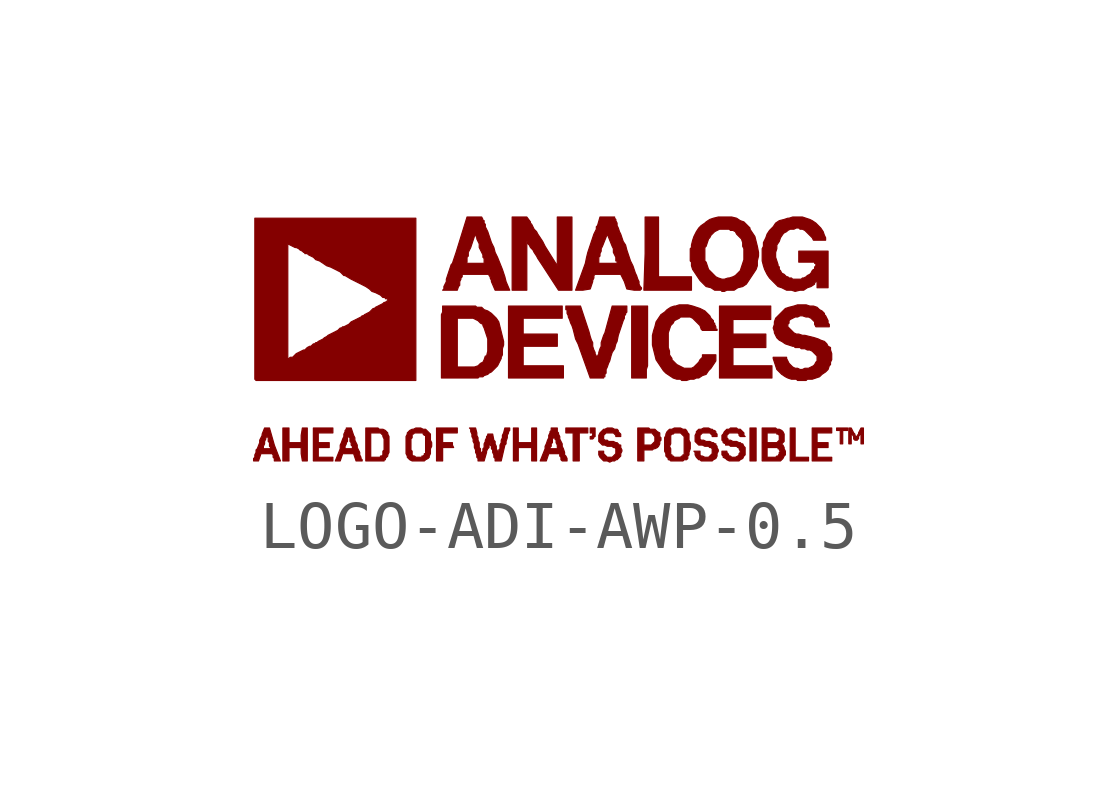
<source format=kicad_sym>
(kicad_symbol_lib
  (version 20201005)
  (generator kicad_symbol_editor)
  (symbol "LOGO-ADI-AWP-0.5"
    (pin_names
      (offset 1.016))
    (property "Reference" "#G"
      (at 0 -1.778 0)
      (effects (font (size 1.524 1.524)) hide))
    (symbol "LOGO-ADI-AWP-0.5_0_0"
      (polyline (pts (xy 4.14 -1.854) (xy 4.013 -1.854) (xy 4.013 -2.54) (xy 4.14 -2.54) (xy 4.14 -1.854)) (stroke (width 0.025)) (fill (type outline)))
      (polyline (pts (xy 1.854 -0.635) (xy 1.88 -0.559) (xy 1.88 0.686) (xy 1.549 0.686) (xy 1.549 -0.813) (xy 1.854 -0.813) (xy 1.854 -0.635)) (stroke (width 0.025)) (fill (type outline)))
      (polyline (pts (xy 5.232 -2.464) (xy 4.953 -2.464) (xy 4.953 -1.854) (xy 4.851 -1.854) (xy 4.851 -2.54) (xy 5.232 -2.54) (xy 5.232 -2.464)) (stroke (width 0.025)) (fill (type outline)))
      (polyline (pts (xy 2.794 1.295) (xy 2.108 1.295) (xy 2.108 2.54) (xy 1.829 2.54) (xy 1.829 1.778) (xy 1.803 1.016) (xy 2.794 1.016) (xy 2.794 1.295)) (stroke (width 0.025)) (fill (type outline)))
      (polyline (pts (xy 0.457 -1.956) (xy 0.635 -1.956) (xy 0.635 -1.854) (xy 0.178 -1.854) (xy 0.178 -1.956) (xy 0.33 -1.956) (xy 0.33 -2.54) (xy 0.457 -2.54) (xy 0.457 -1.956)) (stroke (width 0.025)) (fill (type outline)))
      (polyline (pts (xy 5.944 -1.905) (xy 6.045 -1.905) (xy 6.045 -1.854) (xy 5.817 -1.854) (xy 5.817 -1.905) (xy 5.893 -1.905) (xy 5.893 -2.184) (xy 5.944 -2.184) (xy 5.944 -1.905)) (stroke (width 0.025)) (fill (type outline)))
      (polyline (pts (xy -2.388 -2.261) (xy -2.159 -2.261) (xy -2.184 -2.21) (xy -2.184 -2.159) (xy -2.388 -2.159) (xy -2.388 -1.956) (xy -2.083 -1.956) (xy -2.083 -1.854) (xy -2.515 -1.854) (xy -2.515 -2.54) (xy -2.388 -2.54) (xy -2.388 -2.261)) (stroke (width 0.025)) (fill (type outline)))
      (polyline (pts (xy -4.674 -2.464) (xy -4.978 -2.464) (xy -4.978 -2.261) (xy -4.75 -2.261) (xy -4.75 -2.159) (xy -4.978 -2.159) (xy -4.978 -1.956) (xy -4.674 -1.956) (xy -4.674 -1.854) (xy -5.08 -1.854) (xy -5.08 -2.54) (xy -4.674 -2.54) (xy -4.674 -2.464)) (stroke (width 0.025)) (fill (type outline)))
      (polyline (pts (xy -0.813 -2.261) (xy -0.533 -2.261) (xy -0.533 -2.54) (xy -0.432 -2.54) (xy -0.432 -1.854) (xy -0.533 -1.854) (xy -0.533 -2.159) (xy -0.813 -2.159) (xy -0.813 -1.854) (xy -0.914 -1.854) (xy -0.914 -2.54) (xy -0.813 -2.54) (xy -0.813 -2.261)) (stroke (width 0.025)) (fill (type outline)))
      (polyline (pts (xy 0.127 -0.559) (xy -0.711 -0.559) (xy -0.711 -0.152) (xy 0 -0.152) (xy 0 0.102) (xy -0.711 0.102) (xy -0.711 0.432) (xy 0.102 0.432) (xy 0.102 0.686) (xy -1.016 0.686) (xy -1.016 -0.813) (xy 0.127 -0.813) (xy 0.127 -0.559)) (stroke (width 0.025)) (fill (type outline)))
      (polyline (pts (xy 0.762 -2.057) (xy 0.762 -2.032) (xy 0.787 -2.032) (xy 0.787 -1.854) (xy 0.686 -1.854) (xy 0.686 -1.956) (xy 0.737 -1.956) (xy 0.737 -2.007) (xy 0.711 -2.032) (xy 0.686 -2.032) (xy 0.686 -2.083) (xy 0.737 -2.083) (xy 0.762 -2.057)) (stroke (width 0.025)) (fill (type outline)))
      (polyline (pts (xy 4.47 -0.559) (xy 3.658 -0.559) (xy 3.658 -0.178) (xy 4.343 -0.178) (xy 4.343 0.102) (xy 3.658 0.102) (xy 3.658 0.406) (xy 4.445 0.406) (xy 4.445 0.686) (xy 3.378 0.686) (xy 3.378 -0.813) (xy 4.47 -0.813) (xy 4.47 -0.559)) (stroke (width 0.025)) (fill (type outline)))
      (polyline (pts (xy 5.715 -2.464) (xy 5.41 -2.464) (xy 5.41 -2.261) (xy 5.639 -2.261) (xy 5.639 -2.159) (xy 5.41 -2.159) (xy 5.41 -1.956) (xy 5.715 -1.956) (xy 5.715 -1.854) (xy 5.309 -1.854) (xy 5.309 -2.54) (xy 5.715 -2.54) (xy 5.715 -2.464)) (stroke (width 0.025)) (fill (type outline)))
      (polyline (pts (xy -5.588 -2.261) (xy -5.334 -2.261) (xy -5.334 -2.388) (xy -5.309 -2.54) (xy -5.207 -2.54) (xy -5.207 -1.854) (xy -5.309 -1.854) (xy -5.334 -2.007) (xy -5.334 -2.159) (xy -5.588 -2.159) (xy -5.588 -1.854) (xy -5.715 -1.854) (xy -5.715 -2.54) (xy -5.588 -2.54) (xy -5.588 -2.261)) (stroke (width 0.025)) (fill (type outline)))
      (polyline (pts (xy 6.121 -1.956) (xy 6.172 -2.032) (xy 6.172 -2.083) (xy 6.198 -2.108) (xy 6.248 -2.108) (xy 6.248 -2.083) (xy 6.274 -2.083) (xy 6.274 -2.032) (xy 6.325 -1.956) (xy 6.325 -2.184) (xy 6.375 -2.184) (xy 6.375 -1.854) (xy 6.325 -1.854) (xy 6.274 -1.956) (xy 6.274 -1.981) (xy 6.248 -2.007) (xy 6.248 -2.032) (xy 6.223 -2.032) (xy 6.198 -2.007) (xy 6.198 -1.981) (xy 6.172 -1.956) (xy 6.121 -1.854) (xy 6.071 -1.854) (xy 6.071 -2.184) (xy 6.121 -2.184) (xy 6.121 -1.956)) (stroke (width 0.025)) (fill (type outline)))
      (polyline (pts (xy -0.635 2.032) (xy -0.61 2.007) (xy -0.61 1.981) (xy -0.584 1.956) (xy -0.559 1.905) (xy -0.508 1.854) (xy -0.483 1.803) (xy -0.432 1.727) (xy -0.406 1.676) (xy -0.305 1.524) (xy 0.025 1.016) (xy 0.305 1.016) (xy 0.305 2.54) (xy 0 2.54) (xy 0 1.524) (xy -0.254 1.93) (xy -0.305 2.032) (xy -0.406 2.184) (xy -0.432 2.235) (xy -0.483 2.286) (xy -0.533 2.388) (xy -0.559 2.413) (xy -0.559 2.438) (xy -0.635 2.54) (xy -0.94 2.54) (xy -0.94 1.016) (xy -0.635 1.016) (xy -0.635 2.032)) (stroke (width 0.025)) (fill (type outline)))
      (polyline (pts (xy -3.607 -2.515) (xy -3.581 -2.515) (xy -3.581 -2.489) (xy -3.531 -2.438) (xy -3.531 -2.413) (xy -3.505 -2.362) (xy -3.505 -2.032) (xy -3.531 -1.981) (xy -3.531 -1.956) (xy -3.581 -1.905) (xy -3.632 -1.88) (xy -3.708 -1.88) (xy -3.734 -1.854) (xy -3.988 -1.854) (xy -3.988 -2.464) (xy -3.886 -2.464) (xy -3.886 -1.956) (xy -3.683 -1.956) (xy -3.632 -2.007) (xy -3.632 -2.032) (xy -3.607 -2.083) (xy -3.607 -2.311) (xy -3.632 -2.337) (xy -3.632 -2.413) (xy -3.658 -2.438) (xy -3.683 -2.438) (xy -3.683 -2.464) (xy -3.886 -2.464) (xy -3.988 -2.464) (xy -3.988 -2.54) (xy -3.607 -2.54) (xy -3.607 -2.515)) (stroke (width 0.025)) (fill (type outline)))
      (polyline (pts (xy 1.803 -2.311) (xy 1.981 -2.311) (xy 2.007 -2.286) (xy 2.032 -2.286) (xy 2.083 -2.261) (xy 2.108 -2.235) (xy 2.134 -2.184) (xy 2.134 -2.134) (xy 2.159 -2.108) (xy 2.159 -2.057) (xy 2.134 -2.032) (xy 2.134 -1.956) (xy 2.083 -1.93) (xy 2.032 -1.88) (xy 1.93 -1.88) (xy 1.905 -1.854) (xy 1.676 -1.854) (xy 1.676 -2.21) (xy 1.803 -2.21) (xy 1.803 -1.956) (xy 1.981 -1.956) (xy 1.981 -1.981) (xy 2.007 -1.981) (xy 2.007 -2.007) (xy 2.032 -2.032) (xy 2.032 -2.134) (xy 1.956 -2.21) (xy 1.803 -2.21) (xy 1.676 -2.21) (xy 1.676 -2.54) (xy 1.803 -2.54) (xy 1.803 -2.311)) (stroke (width 0.025)) (fill (type outline)))
      (polyline (pts (xy -6.172 -2.388) (xy -5.944 -2.388) (xy -5.918 -2.413) (xy -5.918 -2.464) (xy -5.893 -2.489) (xy -5.893 -2.54) (xy -5.766 -2.54) (xy -5.893 -2.21) (xy -5.994 -1.854) (xy -6.096 -1.854) (xy -6.147 -1.981) (xy -6.147 -2.007) (xy -6.198 -2.108) (xy -6.198 -2.159) (xy -6.248 -2.286) (xy -6.121 -2.286) (xy -6.121 -2.235) (xy -6.096 -2.184) (xy -6.096 -2.134) (xy -6.071 -2.083) (xy -6.071 -2.057) (xy -6.045 -2.032) (xy -6.02 -2.057) (xy -6.02 -2.134) (xy -5.994 -2.159) (xy -5.994 -2.235) (xy -5.969 -2.261) (xy -5.969 -2.286) (xy -6.121 -2.286) (xy -6.248 -2.286) (xy -6.274 -2.311) (xy -6.274 -2.362) (xy -6.299 -2.413) (xy -6.299 -2.464) (xy -6.325 -2.489) (xy -6.325 -2.54) (xy -6.223 -2.54) (xy -6.172 -2.388)) (stroke (width 0.025)) (fill (type outline)))
      (polyline (pts (xy -4.47 -2.388) (xy -4.242 -2.388) (xy -4.191 -2.54) (xy -4.064 -2.54) (xy -4.064 -2.515) (xy -4.089 -2.489) (xy -4.089 -2.464) (xy -4.115 -2.413) (xy -4.115 -2.362) (xy -4.166 -2.261) (xy -4.166 -2.21) (xy -4.216 -2.108) (xy -4.216 -2.057) (xy -4.242 -2.007) (xy -4.293 -1.854) (xy -4.394 -1.854) (xy -4.394 -1.88) (xy -4.42 -1.905) (xy -4.42 -1.93) (xy -4.445 -1.981) (xy -4.445 -2.032) (xy -4.47 -2.083) (xy -4.496 -2.159) (xy -4.521 -2.21) (xy -4.521 -2.286) (xy -4.42 -2.286) (xy -4.42 -2.235) (xy -4.394 -2.184) (xy -4.394 -2.159) (xy -4.369 -2.134) (xy -4.369 -2.057) (xy -4.343 -2.032) (xy -4.318 -2.057) (xy -4.318 -2.134) (xy -4.293 -2.159) (xy -4.293 -2.21) (xy -4.267 -2.235) (xy -4.267 -2.286) (xy -4.42 -2.286) (xy -4.521 -2.286) (xy -4.623 -2.54) (xy -4.521 -2.54) (xy -4.47 -2.388)) (stroke (width 0.025)) (fill (type outline)))
      (polyline (pts (xy 4.699 -2.489) (xy 4.724 -2.438) (xy 4.75 -2.413) (xy 4.75 -2.337) (xy 4.724 -2.286) (xy 4.724 -2.261) (xy 4.699 -2.21) (xy 4.648 -2.184) (xy 4.674 -2.184) (xy 4.724 -2.134) (xy 4.724 -1.981) (xy 4.699 -1.93) (xy 4.674 -1.905) (xy 4.623 -1.88) (xy 4.572 -1.88) (xy 4.547 -1.854) (xy 4.267 -1.854) (xy 4.267 -2.159) (xy 4.369 -2.159) (xy 4.369 -1.956) (xy 4.572 -1.956) (xy 4.572 -1.981) (xy 4.597 -1.981) (xy 4.623 -2.007) (xy 4.623 -2.108) (xy 4.572 -2.159) (xy 4.369 -2.159) (xy 4.267 -2.159) (xy 4.267 -2.464) (xy 4.369 -2.464) (xy 4.369 -2.261) (xy 4.597 -2.261) (xy 4.597 -2.286) (xy 4.623 -2.286) (xy 4.623 -2.311) (xy 4.648 -2.337) (xy 4.623 -2.362) (xy 4.623 -2.388) (xy 4.597 -2.438) (xy 4.572 -2.438) (xy 4.547 -2.464) (xy 4.369 -2.464) (xy 4.267 -2.464) (xy 4.267 -2.54) (xy 4.648 -2.54) (xy 4.699 -2.489)) (stroke (width 0.025)) (fill (type outline)))
      (polyline (pts (xy -1.626 -0.787) (xy -1.549 -0.787) (xy -1.524 -0.762) (xy -1.448 -0.737) (xy -1.422 -0.711) (xy -1.372 -0.686) (xy -1.245 -0.559) (xy -1.168 -0.406) (xy -1.168 -0.381) (xy -1.143 -0.33) (xy -1.143 -0.203) (xy -1.118 -0.127) (xy -1.118 -0.051) (xy -1.219 0.356) (xy -1.27 0.432) (xy -1.372 0.533) (xy -1.448 0.584) (xy -1.524 0.61) (xy -1.575 0.66) (xy -1.676 0.66) (xy -1.702 0.686) (xy -2.388 0.686) (xy -2.388 0.559) (xy -2.413 0.508) (xy -2.413 -0.584) (xy -2.083 -0.584) (xy -2.083 0.432) (xy -1.753 0.432) (xy -1.651 0.381) (xy -1.6 0.33) (xy -1.549 0.305) (xy -1.549 0.279) (xy -1.524 0.229) (xy -1.448 0) (xy -1.448 -0.254) (xy -1.473 -0.356) (xy -1.499 -0.356) (xy -1.524 -0.432) (xy -1.549 -0.483) (xy -1.6 -0.508) (xy -1.651 -0.559) (xy -1.727 -0.584) (xy -2.083 -0.584) (xy -2.413 -0.584) (xy -2.413 -0.813) (xy -1.651 -0.813) (xy -1.626 -0.787)) (stroke (width 0.025)) (fill (type outline)))
      (polyline (pts (xy -0.178 -2.388) (xy 0.051 -2.388) (xy 0.051 -2.438) (xy 0.076 -2.464) (xy 0.076 -2.515) (xy 0.102 -2.54) (xy 0.203 -2.54) (xy 0.203 -2.489) (xy 0.178 -2.438) (xy 0.152 -2.413) (xy 0.152 -2.362) (xy 0.127 -2.286) (xy 0.102 -2.235) (xy 0.102 -2.184) (xy 0.051 -2.083) (xy 0.051 -2.032) (xy 0.025 -1.981) (xy 0.025 -1.956) (xy 0 -1.93) (xy 0 -1.854) (xy -0.127 -1.854) (xy -0.127 -1.905) (xy -0.152 -1.93) (xy -0.152 -1.956) (xy -0.178 -2.007) (xy -0.178 -2.057) (xy -0.203 -2.108) (xy -0.229 -2.184) (xy -0.254 -2.235) (xy -0.254 -2.286) (xy -0.152 -2.286) (xy -0.152 -2.261) (xy -0.127 -2.235) (xy -0.127 -2.184) (xy -0.102 -2.159) (xy -0.102 -2.083) (xy -0.076 -2.057) (xy -0.076 -2.032) (xy -0.051 -2.057) (xy -0.051 -2.083) (xy -0.025 -2.108) (xy -0.025 -2.159) (xy 0 -2.21) (xy 0 -2.261) (xy 0.025 -2.286) (xy -0.152 -2.286) (xy -0.254 -2.286) (xy -0.356 -2.54) (xy -0.229 -2.54) (xy -0.178 -2.388)) (stroke (width 0.025)) (fill (type outline)))
      (polyline (pts (xy -2.743 -2.515) (xy -2.692 -2.489) (xy -2.667 -2.464) (xy -2.667 -2.438) (xy -2.642 -2.388) (xy -2.642 -2.286) (xy -2.616 -2.235) (xy -2.616 -2.159) (xy -2.642 -2.108) (xy -2.642 -1.981) (xy -2.743 -1.88) (xy -2.794 -1.88) (xy -2.845 -1.854) (xy -2.946 -1.854) (xy -2.997 -1.88) (xy -3.023 -1.88) (xy -3.073 -1.905) (xy -3.124 -1.956) (xy -3.124 -1.981) (xy -3.15 -2.032) (xy -3.15 -2.311) (xy -3.048 -2.311) (xy -3.048 -2.083) (xy -3.023 -2.057) (xy -3.023 -1.981) (xy -2.997 -1.981) (xy -2.972 -1.956) (xy -2.794 -1.956) (xy -2.794 -1.981) (xy -2.769 -2.007) (xy -2.743 -2.007) (xy -2.743 -2.388) (xy -2.769 -2.388) (xy -2.769 -2.413) (xy -2.794 -2.438) (xy -2.819 -2.438) (xy -2.819 -2.464) (xy -2.946 -2.464) (xy -2.972 -2.438) (xy -2.997 -2.438) (xy -3.023 -2.413) (xy -3.023 -2.337) (xy -3.048 -2.311) (xy -3.15 -2.311) (xy -3.15 -2.388) (xy -3.124 -2.438) (xy -3.124 -2.464) (xy -3.073 -2.515) (xy -3.023 -2.54) (xy -2.769 -2.54) (xy -2.743 -2.515)) (stroke (width 0.025)) (fill (type outline)))
      (polyline (pts (xy 2.642 -2.515) (xy 2.692 -2.515) (xy 2.718 -2.489) (xy 2.718 -2.438) (xy 2.743 -2.413) (xy 2.743 -2.362) (xy 2.769 -2.286) (xy 2.769 -2.159) (xy 2.743 -2.108) (xy 2.743 -1.981) (xy 2.718 -1.956) (xy 2.692 -1.905) (xy 2.667 -1.88) (xy 2.616 -1.88) (xy 2.565 -1.854) (xy 2.438 -1.854) (xy 2.388 -1.88) (xy 2.337 -1.88) (xy 2.286 -1.93) (xy 2.261 -1.981) (xy 2.261 -2.007) (xy 2.235 -2.057) (xy 2.235 -2.235) (xy 2.337 -2.235) (xy 2.362 -2.184) (xy 2.362 -2.007) (xy 2.388 -1.981) (xy 2.413 -1.981) (xy 2.438 -1.956) (xy 2.565 -1.956) (xy 2.642 -2.032) (xy 2.642 -2.413) (xy 2.616 -2.413) (xy 2.616 -2.438) (xy 2.591 -2.438) (xy 2.565 -2.464) (xy 2.438 -2.464) (xy 2.413 -2.438) (xy 2.388 -2.438) (xy 2.388 -2.413) (xy 2.362 -2.413) (xy 2.362 -2.286) (xy 2.337 -2.235) (xy 2.235 -2.235) (xy 2.235 -2.337) (xy 2.261 -2.388) (xy 2.261 -2.438) (xy 2.311 -2.489) (xy 2.311 -2.515) (xy 2.337 -2.515) (xy 2.362 -2.54) (xy 2.616 -2.54) (xy 2.642 -2.515)) (stroke (width 0.025)) (fill (type outline)))
      (polyline (pts (xy 1.143 -2.54) (xy 1.194 -2.54) (xy 1.219 -2.515) (xy 1.245 -2.515) (xy 1.321 -2.438) (xy 1.321 -2.388) (xy 1.346 -2.337) (xy 1.346 -2.311) (xy 1.321 -2.261) (xy 1.321 -2.21) (xy 1.295 -2.21) (xy 1.245 -2.159) (xy 1.219 -2.159) (xy 1.168 -2.134) (xy 1.067 -2.134) (xy 1.041 -2.108) (xy 0.991 -2.108) (xy 0.965 -2.083) (xy 0.965 -2.007) (xy 1.016 -1.956) (xy 1.168 -1.956) (xy 1.219 -2.007) (xy 1.219 -2.032) (xy 1.321 -2.032) (xy 1.321 -1.981) (xy 1.27 -1.93) (xy 1.27 -1.905) (xy 1.245 -1.88) (xy 1.194 -1.88) (xy 1.143 -1.854) (xy 1.041 -1.854) (xy 0.991 -1.88) (xy 0.965 -1.88) (xy 0.889 -1.956) (xy 0.864 -2.007) (xy 0.864 -2.134) (xy 0.94 -2.21) (xy 0.991 -2.21) (xy 1.041 -2.235) (xy 1.143 -2.235) (xy 1.168 -2.261) (xy 1.194 -2.261) (xy 1.219 -2.286) (xy 1.219 -2.388) (xy 1.143 -2.464) (xy 1.041 -2.464) (xy 0.965 -2.388) (xy 0.965 -2.337) (xy 0.864 -2.337) (xy 0.864 -2.413) (xy 0.889 -2.464) (xy 0.965 -2.54) (xy 1.041 -2.54) (xy 1.092 -2.565) (xy 1.143 -2.54)) (stroke (width 0.025)) (fill (type outline)))
      (polyline (pts (xy 0.965 -0.787) (xy 0.991 -0.787) (xy 0.991 -0.737) (xy 1.016 -0.711) (xy 1.016 -0.635) (xy 1.041 -0.584) (xy 1.067 -0.508) (xy 1.092 -0.457) (xy 1.118 -0.356) (xy 1.143 -0.279) (xy 1.194 -0.203) (xy 1.219 -0.102) (xy 1.245 -0.051) (xy 1.27 0.076) (xy 1.372 0.381) (xy 1.397 0.432) (xy 1.397 0.483) (xy 1.422 0.508) (xy 1.422 0.533) (xy 1.448 0.559) (xy 1.448 0.686) (xy 1.143 0.686) (xy 0.991 0.127) (xy 0.965 0.076) (xy 0.914 -0.076) (xy 0.914 -0.152) (xy 0.889 -0.203) (xy 0.864 -0.279) (xy 0.864 -0.305) (xy 0.838 -0.356) (xy 0.838 -0.381) (xy 0.813 -0.406) (xy 0.813 -0.356) (xy 0.787 -0.305) (xy 0.787 -0.279) (xy 0.762 -0.229) (xy 0.737 -0.152) (xy 0.737 -0.076) (xy 0.711 -0.025) (xy 0.686 0.051) (xy 0.66 0.152) (xy 0.483 0.686) (xy 0.178 0.686) (xy 0.178 0.61) (xy 0.203 0.61) (xy 0.203 0.533) (xy 0.229 0.483) (xy 0.229 0.457) (xy 0.254 0.406) (xy 0.279 0.33) (xy 0.305 0.279) (xy 0.33 0.203) (xy 0.381 0) (xy 0.432 -0.102) (xy 0.686 -0.813) (xy 0.965 -0.813) (xy 0.965 -0.787)) (stroke (width 0.025)) (fill (type outline)))
      (polyline (pts (xy 0.686 1.041) (xy 0.737 1.194) (xy 0.737 1.219) (xy 0.762 1.27) (xy 0.762 1.321) (xy 0.787 1.346) (xy 1.321 1.346) (xy 1.397 1.194) (xy 1.448 1.041) (xy 1.6 1.016) (xy 1.727 1.016) (xy 1.753 1.041) (xy 1.753 1.067) (xy 1.727 1.092) (xy 1.702 1.143) (xy 1.702 1.194) (xy 1.676 1.245) (xy 1.651 1.321) (xy 1.626 1.372) (xy 1.575 1.524) (xy 1.524 1.626) (xy 1.448 1.854) (xy 1.422 1.956) (xy 1.372 2.032) (xy 1.321 2.184) (xy 1.295 2.235) (xy 1.27 2.311) (xy 1.245 2.362) (xy 1.245 2.413) (xy 1.219 2.464) (xy 1.219 2.489) (xy 1.194 2.515) (xy 1.194 2.54) (xy 0.889 2.54) (xy 0.838 2.362) (xy 0.813 2.337) (xy 0.813 2.286) (xy 0.762 2.184) (xy 0.635 1.803) (xy 0.61 1.702) (xy 0.584 1.575) (xy 0.864 1.575) (xy 0.864 1.702) (xy 0.889 1.727) (xy 0.889 1.778) (xy 0.914 1.829) (xy 0.914 1.88) (xy 0.94 1.93) (xy 1.041 2.184) (xy 1.143 1.93) (xy 1.168 1.88) (xy 1.168 1.803) (xy 1.219 1.702) (xy 1.219 1.626) (xy 1.245 1.626) (xy 1.245 1.575) (xy 0.864 1.575) (xy 0.584 1.575) (xy 0.381 1.016) (xy 0.533 1.016) (xy 0.686 1.041)) (stroke (width 0.025)) (fill (type outline)))
      (polyline (pts (xy -2.057 1.092) (xy -2.032 1.118) (xy -2.032 1.194) (xy -2.007 1.245) (xy -2.007 1.27) (xy -1.981 1.295) (xy -1.981 1.346) (xy -1.422 1.346) (xy -1.422 1.321) (xy -1.397 1.295) (xy -1.397 1.27) (xy -1.372 1.219) (xy -1.372 1.194) (xy -1.295 1.016) (xy -0.991 1.016) (xy -1.067 1.194) (xy -1.092 1.295) (xy -1.143 1.448) (xy -1.245 1.702) (xy -1.295 1.803) (xy -1.321 1.905) (xy -1.372 2.007) (xy -1.448 2.235) (xy -1.499 2.337) (xy -1.499 2.388) (xy -1.524 2.413) (xy -1.524 2.464) (xy -1.549 2.464) (xy -1.549 2.489) (xy -1.575 2.54) (xy -1.88 2.54) (xy -2.108 1.803) (xy -2.159 1.651) (xy -2.184 1.575) (xy -1.905 1.575) (xy -1.88 1.6) (xy -1.88 1.702) (xy -1.854 1.727) (xy -1.854 1.803) (xy -1.803 1.905) (xy -1.727 2.134) (xy -1.727 2.184) (xy -1.702 2.184) (xy -1.702 2.159) (xy -1.676 2.108) (xy -1.676 2.083) (xy -1.626 1.981) (xy -1.626 1.905) (xy -1.549 1.753) (xy -1.549 1.702) (xy -1.524 1.676) (xy -1.524 1.575) (xy -1.905 1.575) (xy -2.184 1.575) (xy -2.21 1.549) (xy -2.311 1.245) (xy -2.311 1.194) (xy -2.362 1.092) (xy -2.362 1.041) (xy -2.388 1.016) (xy -2.083 1.016) (xy -2.057 1.092)) (stroke (width 0.025)) (fill (type outline)))
      (polyline (pts (xy 3.251 -2.515) (xy 3.302 -2.489) (xy 3.327 -2.438) (xy 3.327 -2.388) (xy 3.353 -2.337) (xy 3.353 -2.311) (xy 3.327 -2.261) (xy 3.327 -2.235) (xy 3.302 -2.21) (xy 3.302 -2.184) (xy 3.277 -2.184) (xy 3.251 -2.159) (xy 3.226 -2.159) (xy 3.175 -2.134) (xy 3.099 -2.134) (xy 3.048 -2.108) (xy 2.997 -2.108) (xy 2.972 -2.083) (xy 2.972 -2.007) (xy 3.023 -1.956) (xy 3.175 -1.956) (xy 3.226 -2.007) (xy 3.226 -2.032) (xy 3.327 -2.032) (xy 3.327 -1.981) (xy 3.302 -1.956) (xy 3.302 -1.93) (xy 3.277 -1.905) (xy 3.251 -1.905) (xy 3.226 -1.88) (xy 3.2 -1.88) (xy 3.15 -1.854) (xy 3.048 -1.854) (xy 2.997 -1.88) (xy 2.946 -1.88) (xy 2.896 -1.93) (xy 2.896 -1.956) (xy 2.87 -2.007) (xy 2.87 -2.134) (xy 2.946 -2.21) (xy 3.023 -2.21) (xy 3.073 -2.235) (xy 3.15 -2.235) (xy 3.175 -2.261) (xy 3.2 -2.261) (xy 3.226 -2.286) (xy 3.226 -2.388) (xy 3.15 -2.464) (xy 3.073 -2.464) (xy 3.023 -2.438) (xy 2.997 -2.438) (xy 2.972 -2.413) (xy 2.972 -2.337) (xy 2.845 -2.337) (xy 2.87 -2.362) (xy 2.87 -2.413) (xy 2.896 -2.464) (xy 2.946 -2.515) (xy 2.972 -2.515) (xy 2.997 -2.54) (xy 3.226 -2.54) (xy 3.251 -2.515)) (stroke (width 0.025)) (fill (type outline)))
      (polyline (pts (xy 3.81 -2.515) (xy 3.861 -2.489) (xy 3.886 -2.438) (xy 3.912 -2.413) (xy 3.912 -2.261) (xy 3.886 -2.235) (xy 3.861 -2.184) (xy 3.835 -2.184) (xy 3.81 -2.159) (xy 3.785 -2.159) (xy 3.734 -2.134) (xy 3.658 -2.134) (xy 3.607 -2.108) (xy 3.556 -2.108) (xy 3.556 -2.083) (xy 3.531 -2.057) (xy 3.531 -2.007) (xy 3.581 -1.956) (xy 3.759 -1.956) (xy 3.785 -1.981) (xy 3.785 -2.007) (xy 3.81 -2.032) (xy 3.912 -2.032) (xy 3.886 -2.007) (xy 3.886 -1.956) (xy 3.81 -1.88) (xy 3.759 -1.88) (xy 3.734 -1.854) (xy 3.607 -1.854) (xy 3.581 -1.88) (xy 3.531 -1.88) (xy 3.48 -1.93) (xy 3.454 -1.981) (xy 3.429 -2.007) (xy 3.429 -2.108) (xy 3.454 -2.134) (xy 3.454 -2.159) (xy 3.505 -2.184) (xy 3.505 -2.21) (xy 3.581 -2.21) (xy 3.607 -2.235) (xy 3.734 -2.235) (xy 3.759 -2.261) (xy 3.785 -2.261) (xy 3.785 -2.286) (xy 3.81 -2.337) (xy 3.81 -2.362) (xy 3.785 -2.388) (xy 3.785 -2.413) (xy 3.759 -2.438) (xy 3.708 -2.464) (xy 3.632 -2.464) (xy 3.607 -2.438) (xy 3.581 -2.438) (xy 3.556 -2.388) (xy 3.531 -2.362) (xy 3.531 -2.337) (xy 3.429 -2.337) (xy 3.429 -2.413) (xy 3.454 -2.438) (xy 3.454 -2.464) (xy 3.505 -2.489) (xy 3.531 -2.515) (xy 3.581 -2.54) (xy 3.785 -2.54) (xy 3.81 -2.515)) (stroke (width 0.025)) (fill (type outline)))
      (polyline (pts (xy 2.769 -0.838) (xy 2.845 -0.838) (xy 2.896 -0.813) (xy 2.946 -0.813) (xy 3.023 -0.762) (xy 3.099 -0.737) (xy 3.15 -0.66) (xy 3.2 -0.61) (xy 3.302 -0.457) (xy 3.302 -0.33) (xy 3.023 -0.33) (xy 3.023 -0.381) (xy 2.972 -0.432) (xy 2.946 -0.483) (xy 2.845 -0.584) (xy 2.794 -0.61) (xy 2.642 -0.61) (xy 2.489 -0.533) (xy 2.388 -0.432) (xy 2.388 -0.406) (xy 2.337 -0.33) (xy 2.337 -0.254) (xy 2.311 -0.178) (xy 2.311 0.127) (xy 2.362 0.279) (xy 2.413 0.33) (xy 2.438 0.381) (xy 2.54 0.432) (xy 2.565 0.457) (xy 2.769 0.457) (xy 2.819 0.432) (xy 2.972 0.279) (xy 2.997 0.203) (xy 3.023 0.178) (xy 3.327 0.178) (xy 3.327 0.203) (xy 3.302 0.203) (xy 3.302 0.254) (xy 3.277 0.305) (xy 3.277 0.33) (xy 3.251 0.33) (xy 3.251 0.381) (xy 3.2 0.432) (xy 3.175 0.483) (xy 3.073 0.584) (xy 2.972 0.635) (xy 2.819 0.686) (xy 2.718 0.711) (xy 2.54 0.711) (xy 2.464 0.686) (xy 2.438 0.686) (xy 2.362 0.66) (xy 2.286 0.61) (xy 2.235 0.559) (xy 2.159 0.508) (xy 2.057 0.356) (xy 2.032 0.254) (xy 2.007 0.178) (xy 1.981 0.076) (xy 1.981 -0.127) (xy 2.057 -0.432) (xy 2.21 -0.66) (xy 2.261 -0.711) (xy 2.413 -0.813) (xy 2.489 -0.838) (xy 2.565 -0.838) (xy 2.591 -0.864) (xy 2.692 -0.864) (xy 2.769 -0.838)) (stroke (width 0.025)) (fill (type outline)))
      (polyline (pts (xy 3.531 1.016) (xy 3.683 1.016) (xy 3.759 1.067) (xy 3.861 1.092) (xy 3.937 1.143) (xy 4.14 1.448) (xy 4.166 1.524) (xy 4.166 1.626) (xy 4.191 1.727) (xy 4.191 1.803) (xy 4.166 1.93) (xy 4.115 2.134) (xy 4.013 2.286) (xy 4.013 2.311) (xy 3.886 2.438) (xy 3.81 2.464) (xy 3.734 2.515) (xy 3.632 2.54) (xy 3.353 2.54) (xy 3.251 2.515) (xy 3.175 2.489) (xy 3.099 2.438) (xy 3.073 2.413) (xy 2.997 2.362) (xy 2.946 2.311) (xy 2.896 2.235) (xy 2.845 2.134) (xy 2.819 2.057) (xy 2.794 1.956) (xy 2.794 1.905) (xy 2.769 1.88) (xy 2.769 1.676) (xy 2.769 1.626) (xy 3.073 1.626) (xy 3.073 1.905) (xy 3.099 1.93) (xy 3.15 2.083) (xy 3.175 2.108) (xy 3.2 2.159) (xy 3.277 2.235) (xy 3.378 2.286) (xy 3.581 2.286) (xy 3.607 2.261) (xy 3.658 2.261) (xy 3.708 2.235) (xy 3.734 2.184) (xy 3.835 2.083) (xy 3.861 2.007) (xy 3.861 1.93) (xy 3.886 1.88) (xy 3.886 1.651) (xy 3.81 1.422) (xy 3.708 1.321) (xy 3.658 1.295) (xy 3.581 1.27) (xy 3.556 1.27) (xy 3.48 1.245) (xy 3.429 1.245) (xy 3.353 1.27) (xy 3.302 1.295) (xy 3.15 1.448) (xy 3.099 1.6) (xy 3.073 1.626) (xy 2.769 1.626) (xy 2.794 1.6) (xy 2.794 1.524) (xy 2.819 1.448) (xy 2.972 1.219) (xy 3.099 1.092) (xy 3.2 1.067) (xy 3.277 1.016) (xy 3.404 1.016) (xy 3.429 0.991) (xy 3.48 0.991) (xy 3.531 1.016)) (stroke (width 0.025)) (fill (type outline)))
      (polyline (pts (xy -2.946 2.515) (xy -6.299 2.515) (xy -6.299 -0.406) (xy -5.613 -0.406) (xy -5.613 1.981) (xy -5.461 1.905) (xy -5.436 1.905) (xy -5.385 1.88) (xy -5.359 1.854) (xy -5.309 1.829) (xy -5.283 1.803) (xy -5.258 1.803) (xy -5.258 1.778) (xy -5.207 1.778) (xy -5.182 1.753) (xy -5.08 1.702) (xy -5.029 1.651) (xy -4.953 1.626) (xy -4.801 1.524) (xy -4.724 1.499) (xy -4.521 1.397) (xy -4.445 1.321) (xy -4.42 1.321) (xy -4.293 1.245) (xy -3.988 1.092) (xy -3.912 1.041) (xy -3.861 0.991) (xy -3.785 0.965) (xy -3.683 0.914) (xy -3.632 0.864) (xy -3.581 0.864) (xy -3.581 0.838) (xy -3.531 0.838) (xy -3.531 0.787) (xy -3.556 0.787) (xy -3.581 0.762) (xy -3.607 0.762) (xy -3.632 0.737) (xy -3.785 0.66) (xy -3.81 0.635) (xy -3.835 0.635) (xy -3.912 0.559) (xy -4.013 0.508) (xy -4.039 0.483) (xy -4.064 0.483) (xy -4.089 0.457) (xy -4.293 0.356) (xy -4.343 0.305) (xy -4.445 0.254) (xy -4.47 0.254) (xy -4.496 0.229) (xy -4.521 0.229) (xy -4.572 0.178) (xy -4.775 0.076) (xy -4.801 0.051) (xy -4.851 0.025) (xy -4.877 0) (xy -4.978 -0.051) (xy -5.004 -0.076) (xy -5.029 -0.076) (xy -5.055 -0.102) (xy -5.08 -0.102) (xy -5.131 -0.152) (xy -5.156 -0.152) (xy -5.207 -0.178) (xy -5.258 -0.229) (xy -5.283 -0.229) (xy -5.436 -0.305) (xy -5.512 -0.381) (xy -5.563 -0.381) (xy -5.588 -0.406) (xy -5.613 -0.406) (xy -6.299 -0.406) (xy -6.299 -0.838) (xy -6.274 -0.864) (xy -2.946 -0.864) (xy -2.946 2.515)) (stroke (width 0.025)) (fill (type outline)))
      (polyline (pts (xy -1.473 -2.362) (xy -1.473 -2.337) (xy -1.448 -2.286) (xy -1.422 -2.261) (xy -1.422 -2.184) (xy -1.397 -2.159) (xy -1.397 -2.21) (xy -1.372 -2.235) (xy -1.372 -2.286) (xy -1.346 -2.311) (xy -1.346 -2.362) (xy -1.321 -2.413) (xy -1.321 -2.464) (xy -1.295 -2.489) (xy -1.295 -2.54) (xy -1.168 -2.54) (xy -1.092 -2.21) (xy -1.067 -2.184) (xy -1.067 -2.134) (xy -1.041 -2.057) (xy -1.041 -2.007) (xy -1.016 -1.956) (xy -1.016 -1.93) (xy -0.991 -1.905) (xy -0.991 -1.854) (xy -1.092 -1.854) (xy -1.118 -1.956) (xy -1.143 -2.007) (xy -1.143 -2.057) (xy -1.168 -2.108) (xy -1.168 -2.159) (xy -1.194 -2.21) (xy -1.194 -2.286) (xy -1.219 -2.311) (xy -1.219 -2.388) (xy -1.245 -2.388) (xy -1.245 -2.337) (xy -1.27 -2.286) (xy -1.27 -2.235) (xy -1.295 -2.184) (xy -1.295 -2.134) (xy -1.321 -2.108) (xy -1.346 -1.981) (xy -1.448 -1.981) (xy -1.448 -2.007) (xy -1.473 -2.032) (xy -1.473 -2.057) (xy -1.499 -2.108) (xy -1.499 -2.134) (xy -1.524 -2.184) (xy -1.524 -2.261) (xy -1.549 -2.286) (xy -1.549 -2.337) (xy -1.575 -2.362) (xy -1.575 -2.388) (xy -1.6 -2.362) (xy -1.6 -2.286) (xy -1.626 -2.261) (xy -1.626 -2.159) (xy -1.651 -2.108) (xy -1.651 -2.057) (xy -1.676 -2.007) (xy -1.676 -1.956) (xy -1.702 -1.854) (xy -1.829 -1.854) (xy -1.803 -1.88) (xy -1.803 -1.93) (xy -1.778 -1.981) (xy -1.778 -2.032) (xy -1.753 -2.083) (xy -1.753 -2.134) (xy -1.727 -2.184) (xy -1.727 -2.261) (xy -1.702 -2.311) (xy -1.702 -2.362) (xy -1.676 -2.413) (xy -1.676 -2.464) (xy -1.651 -2.489) (xy -1.651 -2.54) (xy -1.524 -2.54) (xy -1.473 -2.362)) (stroke (width 0.025)) (fill (type outline)))
      (polyline (pts (xy 5.055 1.016) (xy 5.131 1.016) (xy 5.207 1.067) (xy 5.283 1.092) (xy 5.359 1.143) (xy 5.359 1.168) (xy 5.385 1.194) (xy 5.41 1.194) (xy 5.41 1.067) (xy 5.639 1.067) (xy 5.639 1.829) (xy 5.029 1.829) (xy 5.029 1.6) (xy 5.359 1.6) (xy 5.359 1.575) (xy 5.385 1.575) (xy 5.385 1.524) (xy 5.359 1.499) (xy 5.359 1.448) (xy 5.334 1.448) (xy 5.309 1.422) (xy 5.283 1.372) (xy 5.258 1.346) (xy 5.207 1.321) (xy 5.182 1.295) (xy 5.131 1.27) (xy 5.105 1.27) (xy 5.08 1.245) (xy 4.902 1.245) (xy 4.877 1.27) (xy 4.826 1.27) (xy 4.801 1.295) (xy 4.775 1.295) (xy 4.724 1.346) (xy 4.674 1.372) (xy 4.648 1.422) (xy 4.623 1.448) (xy 4.623 1.499) (xy 4.597 1.524) (xy 4.597 1.549) (xy 4.547 1.702) (xy 4.547 1.803) (xy 4.572 1.88) (xy 4.572 1.956) (xy 4.623 2.032) (xy 4.648 2.108) (xy 4.699 2.184) (xy 4.724 2.21) (xy 4.775 2.235) (xy 4.801 2.261) (xy 4.851 2.286) (xy 4.928 2.286) (xy 4.978 2.311) (xy 5.029 2.311) (xy 5.055 2.286) (xy 5.105 2.286) (xy 5.156 2.261) (xy 5.309 2.108) (xy 5.334 2.057) (xy 5.588 2.057) (xy 5.588 2.108) (xy 5.563 2.159) (xy 5.537 2.235) (xy 5.486 2.311) (xy 5.385 2.413) (xy 5.309 2.464) (xy 5.258 2.489) (xy 5.105 2.54) (xy 4.902 2.54) (xy 4.826 2.515) (xy 4.801 2.515) (xy 4.724 2.489) (xy 4.623 2.464) (xy 4.547 2.413) (xy 4.496 2.337) (xy 4.42 2.261) (xy 4.369 2.184) (xy 4.343 2.108) (xy 4.293 2.007) (xy 4.293 1.93) (xy 4.267 1.88) (xy 4.267 1.626) (xy 4.293 1.524) (xy 4.318 1.448) (xy 4.369 1.346) (xy 4.42 1.27) (xy 4.597 1.092) (xy 4.674 1.067) (xy 4.775 1.016) (xy 4.877 1.016) (xy 4.953 0.991) (xy 5.055 1.016)) (stroke (width 0.025)) (fill (type outline)))
      (polyline (pts (xy 5.207 -0.838) (xy 5.309 -0.838) (xy 5.461 -0.787) (xy 5.512 -0.737) (xy 5.588 -0.686) (xy 5.639 -0.635) (xy 5.664 -0.559) (xy 5.69 -0.533) (xy 5.69 -0.483) (xy 5.715 -0.432) (xy 5.715 -0.305) (xy 5.69 -0.229) (xy 5.69 -0.178) (xy 5.639 -0.152) (xy 5.613 -0.102) (xy 5.563 -0.051) (xy 5.486 -0.025) (xy 5.436 0) (xy 5.359 0.025) (xy 5.156 0.076) (xy 5.105 0.076) (xy 5.029 0.102) (xy 4.978 0.102) (xy 4.928 0.127) (xy 4.801 0.254) (xy 4.801 0.305) (xy 4.826 0.33) (xy 4.826 0.381) (xy 4.851 0.406) (xy 4.953 0.457) (xy 5.004 0.457) (xy 5.055 0.483) (xy 5.105 0.483) (xy 5.182 0.457) (xy 5.232 0.457) (xy 5.283 0.432) (xy 5.359 0.356) (xy 5.359 0.305) (xy 5.385 0.254) (xy 5.664 0.254) (xy 5.664 0.305) (xy 5.639 0.33) (xy 5.639 0.381) (xy 5.588 0.483) (xy 5.563 0.508) (xy 5.563 0.533) (xy 5.512 0.584) (xy 5.461 0.61) (xy 5.41 0.66) (xy 5.334 0.686) (xy 5.258 0.686) (xy 5.182 0.711) (xy 5.004 0.711) (xy 4.928 0.686) (xy 4.826 0.66) (xy 4.75 0.635) (xy 4.547 0.432) (xy 4.521 0.356) (xy 4.521 0.305) (xy 4.496 0.229) (xy 4.521 0.152) (xy 4.521 0.127) (xy 4.572 0.025) (xy 4.623 -0.025) (xy 4.674 -0.051) (xy 4.75 -0.102) (xy 4.902 -0.152) (xy 4.928 -0.152) (xy 4.953 -0.178) (xy 5.055 -0.178) (xy 5.08 -0.203) (xy 5.156 -0.203) (xy 5.207 -0.229) (xy 5.258 -0.229) (xy 5.309 -0.254) (xy 5.41 -0.356) (xy 5.41 -0.457) (xy 5.385 -0.483) (xy 5.359 -0.533) (xy 5.334 -0.559) (xy 5.232 -0.61) (xy 5.156 -0.61) (xy 5.105 -0.635) (xy 5.055 -0.635) (xy 5.004 -0.61) (xy 4.953 -0.61) (xy 4.902 -0.584) (xy 4.826 -0.508) (xy 4.775 -0.406) (xy 4.775 -0.381) (xy 4.496 -0.381) (xy 4.496 -0.406) (xy 4.572 -0.635) (xy 4.674 -0.737) (xy 4.75 -0.787) (xy 4.801 -0.813) (xy 4.877 -0.838) (xy 4.978 -0.838) (xy 5.004 -0.864) (xy 5.182 -0.864) (xy 5.207 -0.838)) (stroke (width 0.025)) (fill (type outline))))))
</source>
